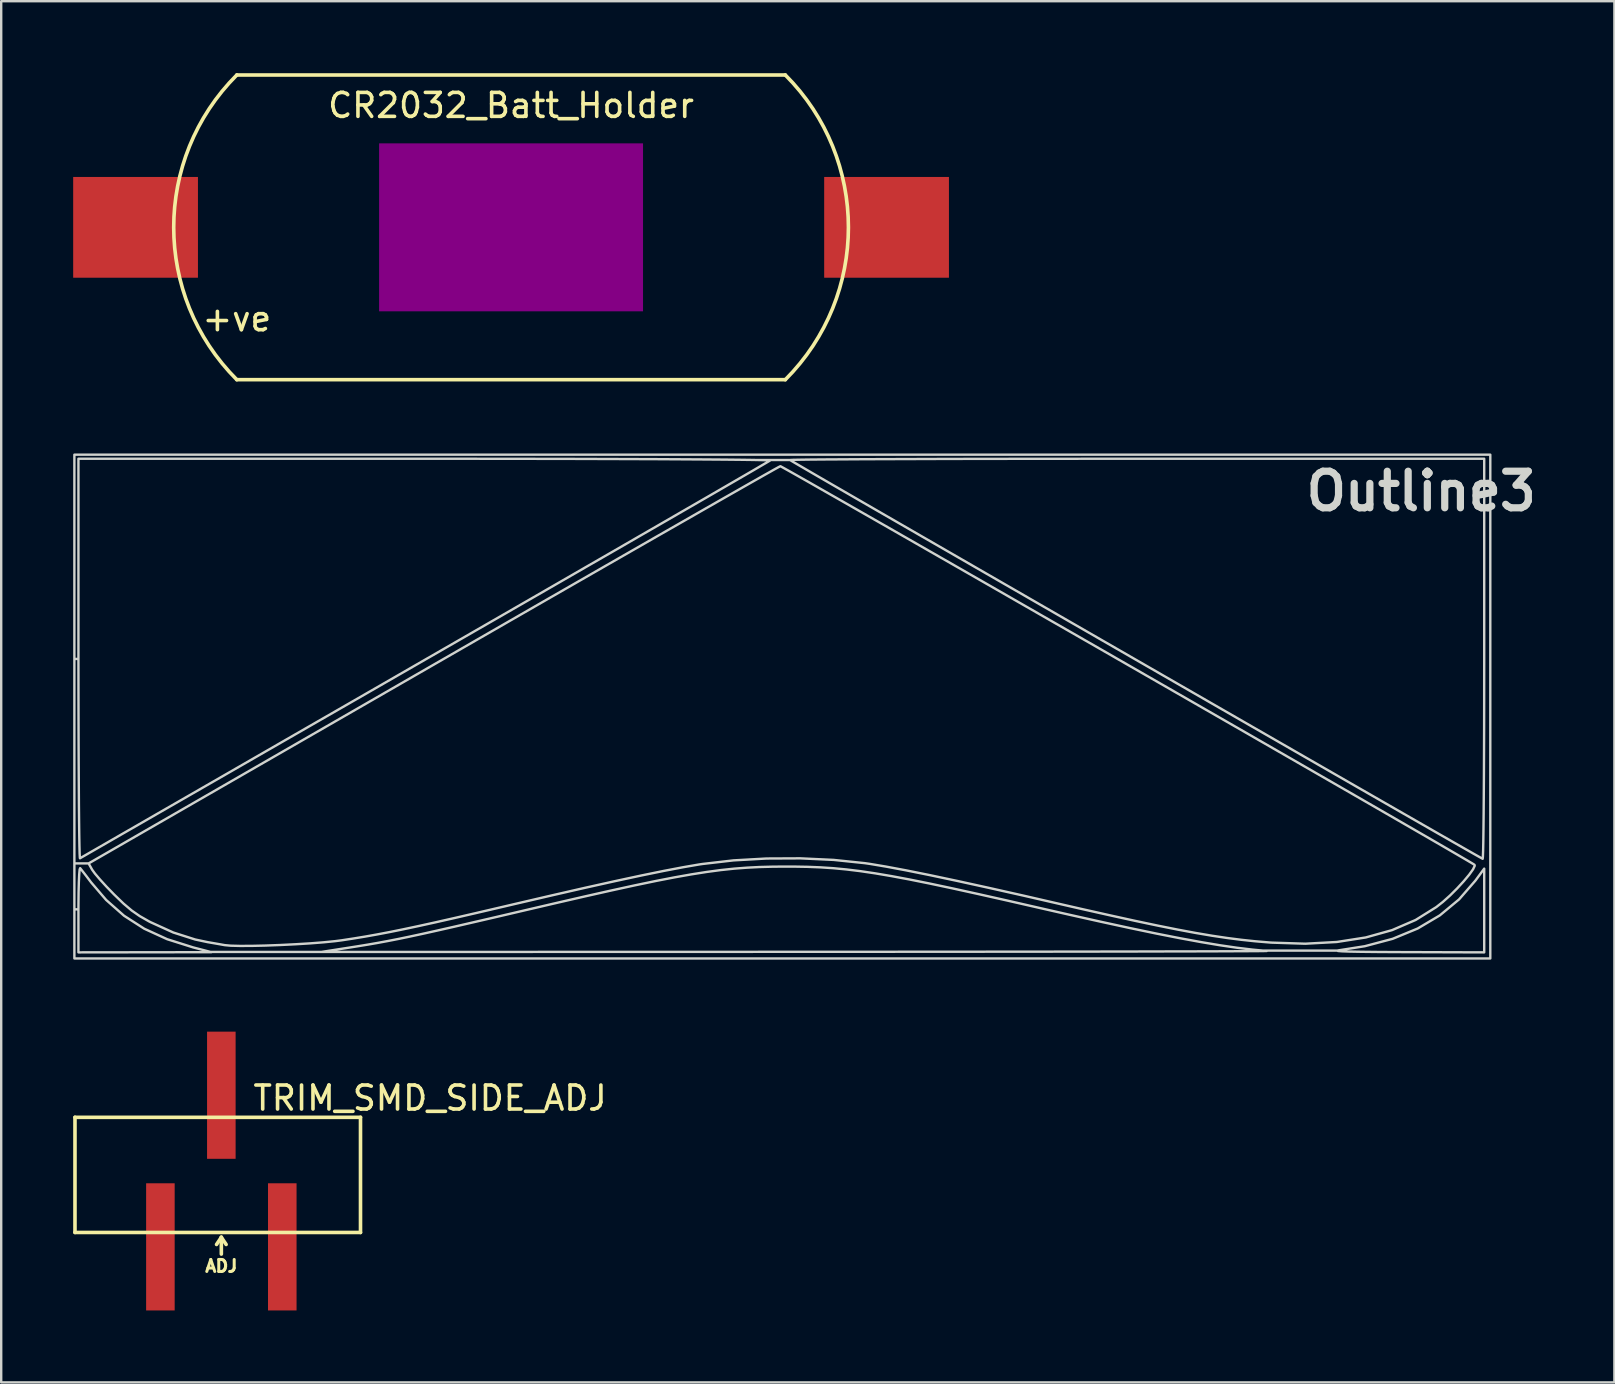
<source format=kicad_pcb>
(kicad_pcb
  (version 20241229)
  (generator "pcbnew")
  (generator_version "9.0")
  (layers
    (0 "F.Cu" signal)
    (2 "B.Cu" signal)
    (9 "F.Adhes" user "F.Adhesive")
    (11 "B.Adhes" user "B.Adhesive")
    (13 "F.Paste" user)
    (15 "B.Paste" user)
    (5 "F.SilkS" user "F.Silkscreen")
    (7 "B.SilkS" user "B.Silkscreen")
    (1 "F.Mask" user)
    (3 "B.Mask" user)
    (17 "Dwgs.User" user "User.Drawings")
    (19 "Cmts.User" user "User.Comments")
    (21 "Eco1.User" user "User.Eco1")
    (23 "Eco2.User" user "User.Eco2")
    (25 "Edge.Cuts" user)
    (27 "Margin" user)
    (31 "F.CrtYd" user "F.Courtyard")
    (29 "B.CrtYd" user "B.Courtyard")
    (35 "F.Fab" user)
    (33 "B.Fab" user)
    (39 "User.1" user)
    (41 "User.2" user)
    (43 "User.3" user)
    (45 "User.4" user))
  (footprint "CR2032_Batt_Holder"
    (layer "F.Cu")
    (at 18.25 6.425)
    (property "Reference" "CR2032_Batt_Holder" (at 0 -5.08 0) (layer "F.SilkS") (effects (font (size 1 1) (thickness 0.15))))
    (attr through_hole)
    (fp_line (start -11.43 -6.35) (end 11.43 -6.35) (stroke (width 0.15) (type solid)) (layer "F.SilkS"))
    (fp_line (start 11.43 6.35) (end -11.43 6.35) (stroke (width 0.15) (type solid)) (layer "F.SilkS"))
    (fp_arc (start -11.43 6.35) (mid -14.060256 0) (end -11.43 -6.35) (stroke (width 0.15) (type solid)) (layer "F.SilkS"))
    (fp_arc (start 11.43 -6.35) (mid 14.060256 0) (end 11.43 6.35) (stroke (width 0.15) (type solid)) (layer "F.SilkS"))
    (fp_text user "+ve" (at -11.43 3.81 0) (layer "F.SilkS") (effects (font (size 1 1) (thickness 0.15))))
    (pad "" smd rect (at 0 0) (size 11 7) (layers "F.Adhes"))
    (pad "1" smd rect (at -15.65 0) (size 5.2 4.2) (layers "F.Cu" "F.Mask" "F.Paste"))
    (pad "2" smd rect (at 15.65 0) (size 5.2 4.2) (layers "F.Cu" "F.Mask" "F.Paste")))
  (footprint "TRIM_SMD_SIDE_ADJ"
    (layer "F.Cu")
    (at 6.175 47.917)
    (property "Reference" "TRIM_SMD_SIDE_ADJ" (at 8.7 -5.2 0) (layer "F.SilkS") (effects (font (size 1 1) (thickness 0.15))))
    (attr through_hole)
    (fp_line (start -6.1 0.4) (end -6.1 -4.4) (stroke (width 0.15) (type solid)) (layer "F.SilkS"))
    (fp_line (start -0.2 0.9) (end 0 0.6) (stroke (width 0.15) (type solid)) (layer "F.SilkS"))
    (fp_line (start 0 0.6) (end 0 1.3) (stroke (width 0.15) (type solid)) (layer "F.SilkS"))
    (fp_line (start 0 0.6) (end 0.2 0.9) (stroke (width 0.15) (type solid)) (layer "F.SilkS"))
    (fp_line (start 5.8 -4.4) (end -6.1 -4.4) (stroke (width 0.15) (type solid)) (layer "F.SilkS"))
    (fp_line (start 5.8 0.4) (end -6.1 0.4) (stroke (width 0.15) (type solid)) (layer "F.SilkS"))
    (fp_line (start 5.8 0.4) (end 5.8 -4.4) (stroke (width 0.15) (type solid)) (layer "F.SilkS"))
    (fp_text user "ADJ" (at 0 1.8 0) (layer "F.SilkS") (effects (font (size 0.5 0.5) (thickness 0.125))))
    (pad "1" smd rect (at 2.54 1) (size 1.19 5.3) (layers "F.Cu" "F.Mask" "F.Paste"))
    (pad "2" smd rect (at 0 -5.32) (size 1.19 5.3) (layers "F.Cu" "F.Mask" "F.Paste"))
    (pad "3" smd rect (at -2.54 1) (size 1.19 5.3) (layers "F.Cu" "F.Mask" "F.Paste")))
  (footprint "Outline3"
    (layer "F.Cu")
    (at 29.514 26.314)
    (property "Reference" "Outline3" (at 26.67 -8.89 0) (layer "Edge.Cuts") (effects (font (size 1.524 1.524) (thickness 0.3))))
    (attr through_hole)
    (fp_poly (pts (xy 29.549 10.583) (xy 29.295 10.583) (xy 29.295 10.329) (xy 29.295 8.584) (xy 29.295 6.839) (xy 29.295 -1.905) (xy 29.295 -10.245) (xy 14.803 -10.245) (xy 13.251 -10.244) (xy 11.746 -10.243) (xy 10.296 -10.242) (xy 8.911 -10.24) (xy 7.598 -10.238) (xy 6.366 -10.235) (xy 5.225 -10.231) (xy 4.182 -10.228) (xy 3.246 -10.224) (xy 2.426 -10.219) (xy 1.731 -10.215) (xy 1.168 -10.21) (xy 0.747 -10.204) (xy 0.477 -10.199) (xy 0.365 -10.193) (xy 0.363 -10.192) (xy 0.442 -10.144) (xy 0.659 -10.016) (xy 1.006 -9.814) (xy 1.473 -9.542) (xy 2.053 -9.206) (xy 2.736 -8.811) (xy 3.515 -8.36) (xy 4.381 -7.86) (xy 5.324 -7.316) (xy 6.337 -6.731) (xy 7.411 -6.112) (xy 8.538 -5.462) (xy 9.708 -4.788) (xy 10.913 -4.093) (xy 12.145 -3.383) (xy 13.395 -2.663) (xy 14.655 -1.938) (xy 15.916 -1.212) (xy 17.169 -0.491) (xy 18.406 0.221) (xy 19.618 0.918) (xy 20.797 1.596) (xy 21.934 2.25) (xy 23.02 2.874) (xy 24.048 3.465) (xy 25.008 4.016) (xy 25.891 4.523) (xy 26.69 4.981) (xy 27.396 5.386) (xy 28 5.731) (xy 28.494 6.013) (xy 28.868 6.226) (xy 29.115 6.365) (xy 29.226 6.426) (xy 29.231 6.429) (xy 29.24 6.347) (xy 29.249 6.107) (xy 29.257 5.721) (xy 29.264 5.199) (xy 29.271 4.554) (xy 29.277 3.797) (xy 29.283 2.938) (xy 29.287 1.991) (xy 29.291 0.965) (xy 29.293 -0.128) (xy 29.294 -1.275) (xy 29.295 -1.905) (xy 29.295 6.839) (xy 28.929 7.336) (xy 28.9 7.37) (xy 28.9 6.719) (xy 28.892 6.68) (xy 28.809 6.628) (xy 28.588 6.497) (xy 28.237 6.292) (xy 27.766 6.018) (xy 27.182 5.679) (xy 26.495 5.282) (xy 25.712 4.83) (xy 24.844 4.329) (xy 23.897 3.783) (xy 22.881 3.198) (xy 21.804 2.578) (xy 20.675 1.928) (xy 19.502 1.253) (xy 18.294 0.559) (xy 17.059 -0.151) (xy 15.807 -0.87) (xy 14.545 -1.595) (xy 13.283 -2.32) (xy 12.028 -3.04) (xy 10.789 -3.75) (xy 9.576 -4.446) (xy 8.396 -5.123) (xy 7.258 -5.775) (xy 6.17 -6.398) (xy 5.142 -6.987) (xy 4.182 -7.536) (xy 3.298 -8.041) (xy 2.498 -8.498) (xy 1.792 -8.9) (xy 1.189 -9.244) (xy 0.695 -9.524) (xy 0.321 -9.735) (xy 0.075 -9.872) (xy -0.035 -9.932) (xy -0.04 -9.933) (xy -0.121 -9.892) (xy -0.342 -9.77) (xy -0.47 -9.697) (xy -0.47 -10.171) (xy -0.544 -10.179) (xy -0.78 -10.187) (xy -1.17 -10.195) (xy -1.707 -10.202) (xy -2.383 -10.209) (xy -3.192 -10.215) (xy -4.124 -10.221) (xy -5.173 -10.227) (xy -6.331 -10.231) (xy -7.592 -10.235) (xy -8.946 -10.239) (xy -10.387 -10.241) (xy -11.907 -10.243) (xy -13.499 -10.244) (xy -14.842 -10.245) (xy -29.295 -10.245) (xy -29.295 -1.9) (xy -29.294 -0.728) (xy -29.292 0.394) (xy -29.289 1.456) (xy -29.285 2.444) (xy -29.28 3.35) (xy -29.275 4.16) (xy -29.268 4.863) (xy -29.261 5.449) (xy -29.253 5.906) (xy -29.245 6.222) (xy -29.236 6.386) (xy -29.231 6.408) (xy -29.153 6.363) (xy -28.934 6.237) (xy -28.583 6.035) (xy -28.107 5.761) (xy -27.512 5.418) (xy -26.805 5.012) (xy -25.995 4.545) (xy -25.087 4.023) (xy -24.089 3.449) (xy -23.008 2.827) (xy -21.851 2.161) (xy -20.625 1.455) (xy -19.337 0.714) (xy -17.994 -0.058) (xy -16.604 -0.858) (xy -15.173 -1.682) (xy -14.859 -1.863) (xy -13.42 -2.691) (xy -12.02 -3.497) (xy -10.665 -4.277) (xy -9.364 -5.027) (xy -8.124 -5.742) (xy -6.95 -6.418) (xy -5.851 -7.053) (xy -4.833 -7.64) (xy -3.904 -8.177) (xy -3.07 -8.658) (xy -2.34 -9.081) (xy -1.719 -9.441) (xy -1.215 -9.733) (xy -0.835 -9.955) (xy -0.586 -10.101) (xy -0.475 -10.167) (xy -0.47 -10.171) (xy -0.47 -9.697) (xy -0.695 -9.571) (xy -1.173 -9.3) (xy -1.77 -8.96) (xy -2.479 -8.556) (xy -3.291 -8.092) (xy -4.201 -7.571) (xy -5.201 -6.999) (xy -6.284 -6.378) (xy -7.443 -5.713) (xy -8.671 -5.008) (xy -9.961 -4.267) (xy -11.305 -3.494) (xy -12.697 -2.693) (xy -14.13 -1.868) (xy -14.499 -1.656) (xy -28.871 6.622) (xy -28.723 6.885) (xy -28.606 7.046) (xy -28.397 7.292) (xy -28.126 7.589) (xy -27.82 7.905) (xy -27.812 7.913) (xy -27.417 8.295) (xy -27.076 8.584) (xy -26.739 8.818) (xy -26.356 9.036) (xy -26.288 9.071) (xy -25.341 9.501) (xy -24.43 9.792) (xy -23.918 9.901) (xy -23.606 9.955) (xy -23.332 10.003) (xy -23.199 10.027) (xy -22.949 10.05) (xy -22.561 10.06) (xy -22.067 10.058) (xy -21.497 10.045) (xy -20.883 10.022) (xy -20.255 9.991) (xy -19.645 9.954) (xy -19.083 9.91) (xy -18.601 9.862) (xy -18.33 9.827) (xy -17.834 9.751) (xy -17.347 9.671) (xy -16.853 9.583) (xy -16.332 9.484) (xy -15.765 9.369) (xy -15.133 9.235) (xy -14.419 9.078) (xy -13.602 8.893) (xy -12.666 8.677) (xy -11.59 8.426) (xy -11.176 8.329) (xy -9.608 7.964) (xy -8.2 7.642) (xy -6.949 7.364) (xy -5.85 7.128) (xy -4.9 6.934) (xy -4.097 6.781) (xy -3.436 6.667) (xy -3.289 6.645) (xy -1.996 6.495) (xy -0.615 6.417) (xy 0.795 6.41) (xy 2.178 6.475) (xy 3.474 6.61) (xy 3.683 6.64) (xy 4.357 6.753) (xy 5.192 6.909) (xy 6.187 7.109) (xy 7.34 7.353) (xy 8.65 7.64) (xy 10.115 7.969) (xy 11.176 8.213) (xy 12.508 8.518) (xy 13.693 8.784) (xy 14.745 9.015) (xy 15.68 9.212) (xy 16.516 9.379) (xy 17.267 9.519) (xy 17.95 9.635) (xy 18.58 9.729) (xy 19.174 9.805) (xy 19.747 9.866) (xy 20.315 9.914) (xy 20.418 9.922) (xy 21.837 9.968) (xy 23.152 9.896) (xy 24.36 9.707) (xy 25.456 9.401) (xy 26.436 8.979) (xy 27.296 8.443) (xy 27.573 8.225) (xy 27.871 7.958) (xy 28.168 7.662) (xy 28.441 7.365) (xy 28.669 7.092) (xy 28.829 6.868) (xy 28.9 6.719) (xy 28.9 7.37) (xy 28.247 8.121) (xy 27.444 8.788) (xy 26.521 9.335) (xy 25.479 9.764) (xy 24.318 10.072) (xy 23.283 10.235) (xy 23.171 10.254) (xy 23.199 10.271) (xy 23.373 10.285) (xy 23.697 10.296) (xy 24.175 10.305) (xy 24.811 10.312) (xy 25.611 10.317) (xy 25.971 10.318) (xy 29.295 10.329) (xy 29.295 10.583) (xy 20.235 10.583) (xy 20.235 10.27) (xy 19.645 10.215) (xy 19.001 10.137) (xy 18.291 10.034) (xy 17.504 9.902) (xy 16.625 9.741) (xy 15.643 9.548) (xy 14.545 9.319) (xy 13.319 9.053) (xy 11.952 8.748) (xy 10.753 8.475) (xy 9.401 8.166) (xy 8.198 7.896) (xy 7.13 7.661) (xy 6.182 7.46) (xy 5.338 7.29) (xy 4.583 7.149) (xy 3.903 7.034) (xy 3.282 6.942) (xy 2.706 6.872) (xy 2.16 6.82) (xy 1.628 6.785) (xy 1.097 6.764) (xy 0.549 6.754) (xy 0.212 6.753) (xy -0.352 6.757) (xy -0.892 6.771) (xy -1.424 6.798) (xy -1.961 6.839) (xy -2.518 6.898) (xy -3.109 6.977) (xy -3.75 7.078) (xy -4.454 7.203) (xy -5.237 7.355) (xy -6.112 7.537) (xy -7.093 7.751) (xy -8.197 7.999) (xy -9.436 8.284) (xy -10.753 8.591) (xy -11.853 8.848) (xy -12.806 9.069) (xy -13.629 9.259) (xy -14.34 9.42) (xy -14.956 9.557) (xy -15.494 9.673) (xy -15.971 9.772) (xy -16.406 9.857) (xy -16.816 9.933) (xy -17.217 10.003) (xy -17.628 10.07) (xy -17.949 10.121) (xy -19.177 10.312) (xy 0.72 10.306) (xy 2.537 10.305) (xy 4.307 10.304) (xy 6.022 10.303) (xy 7.674 10.302) (xy 9.257 10.3) (xy 10.763 10.299) (xy 12.185 10.297) (xy 13.516 10.295) (xy 14.749 10.293) (xy 15.876 10.29) (xy 16.89 10.288) (xy 17.785 10.286) (xy 18.552 10.283) (xy 19.185 10.28) (xy 19.676 10.278) (xy 20.018 10.275) (xy 20.205 10.272) (xy 20.235 10.27) (xy 20.235 10.583) (xy 0.042 10.583) (xy -23.749 10.583) (xy -23.749 10.321) (xy -24.511 10.123) (xy -25.597 9.78) (xy -26.552 9.343) (xy -27.394 8.802) (xy -28.139 8.145) (xy -28.765 7.414) (xy -28.961 7.155) (xy -29.122 6.947) (xy -29.217 6.827) (xy -29.224 6.82) (xy -29.245 6.876) (xy -29.263 7.078) (xy -29.278 7.404) (xy -29.289 7.829) (xy -29.294 8.33) (xy -29.295 8.534) (xy -29.295 10.329) (xy -26.522 10.325) (xy -23.749 10.321) (xy -23.749 10.583) (xy -29.464 10.583) (xy -29.464 0.085) (xy -29.464 -10.414) (xy 0.042 -10.414) (xy 29.549 -10.414) (xy 29.549 0.085) (xy 29.549 10.583)) (stroke (width 0.1) (type solid)) (fill no) (layer "Edge.Cuts")))
  (gr_rect
    (start -3 -3)
    (end 64.235 54.567)
    (stroke (width 0.1) (type default))
    (fill no)
    (layer "Edge.Cuts")))
</source>
